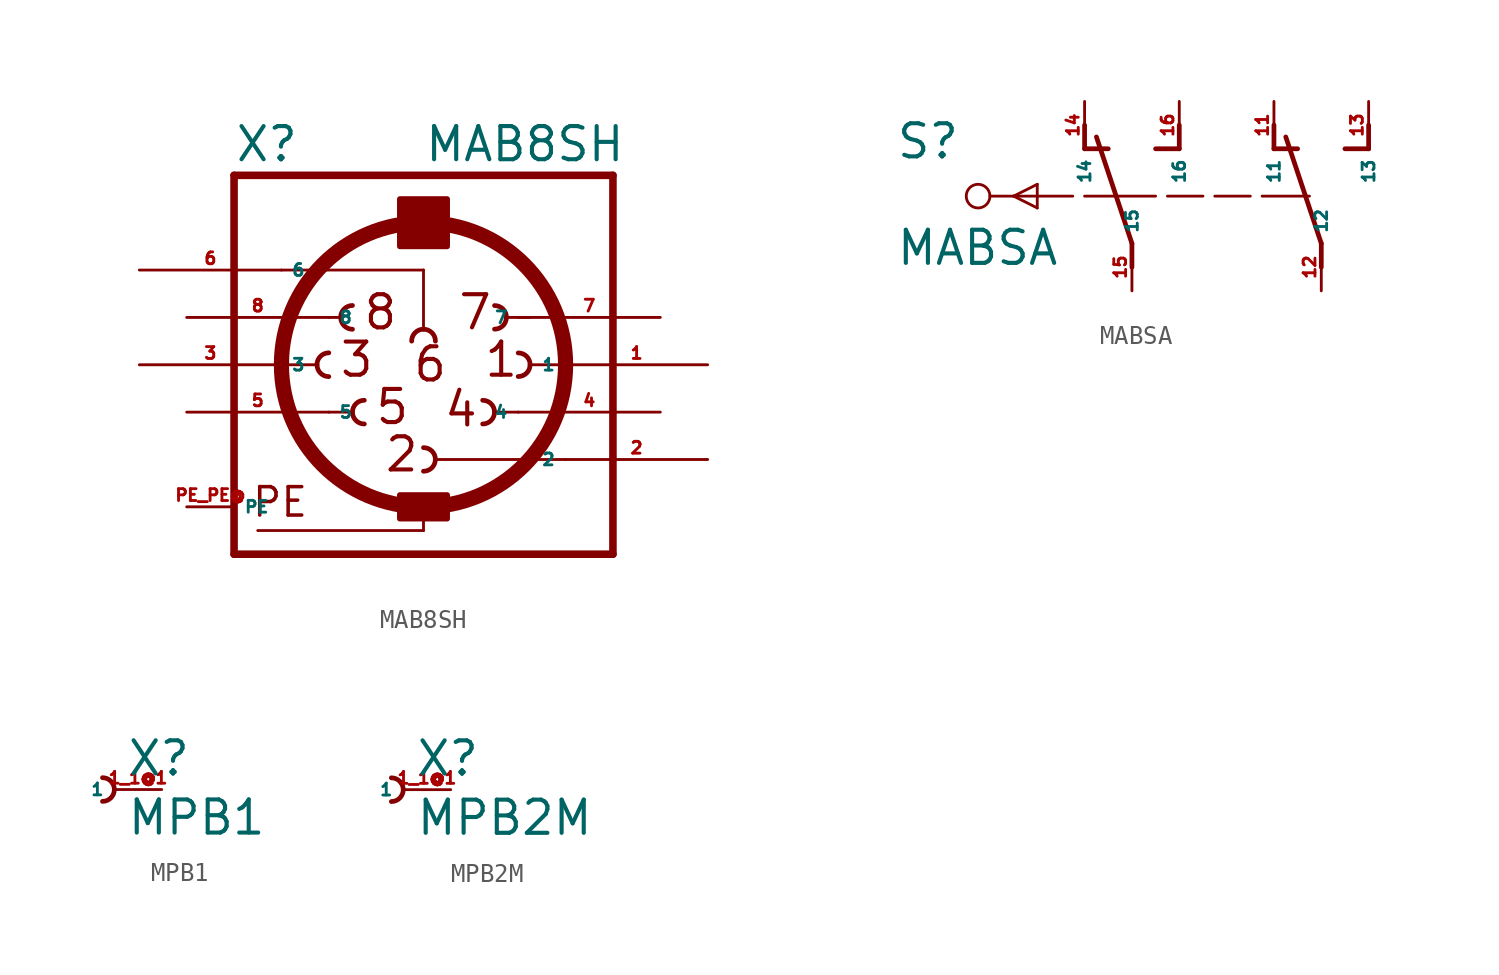
<source format=kicad_sym>
(kicad_symbol_lib
  (version 20220914)
  (generator Eagle2Kicad)
  (symbol "MAB8SH"
    (property "Reference" "X"
      (at -10.16 10.795 0)
      (effects (font (size 1.778 1.778) (thickness 0.22)) (justify left bottom)))
    (property "Value" "MAB8SH"
      (at 0 10.795 0)
      (effects (font (size 1.778 1.778) (thickness 0.22)) (justify left bottom)))
    (arc
      (start -3.81 -2.54)
      (mid -3.624 -2.989)
      (end -3.175 -3.175)
      (stroke (width 0.254) (type default))
      (fill (type none)))
    (arc
      (start -3.175 -1.905)
      (mid -3.624 -2.091)
      (end -3.81 -2.54)
      (stroke (width 0.254) (type default))
      (fill (type none)))
    (arc
      (start 5.715 0)
      (mid 5.529 0.449)
      (end 5.08 0.635)
      (stroke (width 0.254) (type default))
      (fill (type none)))
    (arc
      (start 5.08 -0.635)
      (mid 5.529 -0.449)
      (end 5.715 0)
      (stroke (width 0.254) (type default))
      (fill (type none)))
    (arc
      (start -5.715 0)
      (mid -5.529 -0.449)
      (end -5.08 -0.635)
      (stroke (width 0.254) (type default))
      (fill (type none)))
    (arc
      (start -5.08 0.635)
      (mid -5.529 0.449)
      (end -5.715 0)
      (stroke (width 0.254) (type default))
      (fill (type none)))
    (arc
      (start 0.635 -5.08)
      (mid 0.449 -4.631)
      (end 0 -4.445)
      (stroke (width 0.254) (type default))
      (fill (type none)))
    (arc
      (start 0 -5.715)
      (mid 0.449 -5.529)
      (end 0.635 -5.08)
      (stroke (width 0.254) (type default))
      (fill (type none)))
    (arc
      (start 3.81 -2.54)
      (mid 3.624 -2.091)
      (end 3.175 -1.905)
      (stroke (width 0.254) (type default))
      (fill (type none)))
    (arc
      (start 3.175 -3.175)
      (mid 3.624 -2.989)
      (end 3.81 -2.54)
      (stroke (width 0.254) (type default))
      (fill (type none)))
    (polyline
      (pts (xy -1.27 6.35) (xy 1.27 6.35))
      (stroke (width 0.152) (type default))
      (fill (type none)))
    (polyline
      (pts (xy -10.16 -10.16) (xy 10.16 -10.16))
      (stroke (width 0.406) (type default))
      (fill (type none)))
    (polyline
      (pts (xy 10.16 10.16) (xy 10.16 -10.16))
      (stroke (width 0.406) (type default))
      (fill (type none)))
    (polyline
      (pts (xy 10.16 10.16) (xy -10.16 10.16))
      (stroke (width 0.406) (type default))
      (fill (type none)))
    (polyline
      (pts (xy -10.16 -10.16) (xy -10.16 10.16))
      (stroke (width 0.406) (type default))
      (fill (type none)))
    (polyline
      (pts (xy -7.62 0) (xy -5.715 0))
      (stroke (width 0.152) (type default))
      (fill (type none)))
    (polyline
      (pts (xy -5.08 -2.54) (xy -3.81 -2.54))
      (stroke (width 0.152) (type default))
      (fill (type none)))
    (polyline
      (pts (xy 3.81 -2.54) (xy 5.08 -2.54))
      (stroke (width 0.152) (type default))
      (fill (type none)))
    (polyline
      (pts (xy 5.715 0) (xy 7.62 0))
      (stroke (width 0.152) (type default))
      (fill (type none)))
    (polyline
      (pts (xy -1.27 6.35) (xy -1.27 8.89))
      (stroke (width 0.152) (type default))
      (fill (type none)))
    (polyline
      (pts (xy -1.27 8.89) (xy 1.27 8.89))
      (stroke (width 0.152) (type default))
      (fill (type none)))
    (polyline
      (pts (xy 1.27 8.89) (xy 1.27 6.35))
      (stroke (width 0.152) (type default))
      (fill (type none)))
    (polyline
      (pts (xy 0.635 -5.08) (xy 7.62 -5.08))
      (stroke (width 0.152) (type default))
      (fill (type none)))
    (arc
      (start 4.445 2.54)
      (mid 4.259 2.989)
      (end 3.81 3.175)
      (stroke (width 0.254) (type default))
      (fill (type none)))
    (arc
      (start 3.81 1.905)
      (mid 4.259 2.091)
      (end 4.445 2.54)
      (stroke (width 0.254) (type default))
      (fill (type none)))
    (arc
      (start -4.445 2.54)
      (mid -4.259 2.091)
      (end -3.81 1.905)
      (stroke (width 0.254) (type default))
      (fill (type none)))
    (arc
      (start -3.81 3.175)
      (mid -4.259 2.989)
      (end -4.445 2.54)
      (stroke (width 0.254) (type default))
      (fill (type none)))
    (arc
      (start 0 1.905)
      (mid -0.449 1.719)
      (end -0.635 1.27)
      (stroke (width 0.254) (type default))
      (fill (type none)))
    (arc
      (start 0.635 1.27)
      (mid 0.449 1.719)
      (end 0 1.905)
      (stroke (width 0.254) (type default))
      (fill (type none)))
    (polyline
      (pts (xy 0 1.905) (xy 0 5.08))
      (stroke (width 0.152) (type default))
      (fill (type none)))
    (polyline
      (pts (xy 0 5.08) (xy -7.62 5.08))
      (stroke (width 0.152) (type default))
      (fill (type none)))
    (polyline
      (pts (xy -5.08 2.54) (xy -4.445 2.54))
      (stroke (width 0.152) (type default))
      (fill (type none)))
    (polyline
      (pts (xy 4.445 2.54) (xy 5.715 2.54))
      (stroke (width 0.152) (type default))
      (fill (type none)))
    (polyline
      (pts (xy 0 -8.89) (xy 0 -7.62))
      (stroke (width 0.152) (type default))
      (fill (type none)))
    (polyline
      (pts (xy 0 -8.89) (xy -8.89 -8.89))
      (stroke (width 0.152) (type default))
      (fill (type none)))
    (text "1"
      (at 3.175 -0.762 0)
      (effects (font (size 1.778 1.778) (thickness 0.22)) (justify left bottom)))
    (text "2"
      (at -2.159 -5.842 0)
      (effects (font (size 1.778 1.778) (thickness 0.22)) (justify left bottom)))
    (text "3"
      (at -4.572 -0.762 0)
      (effects (font (size 1.778 1.778) (thickness 0.22)) (justify left bottom)))
    (text "4"
      (at 1.016 -3.429 0)
      (effects (font (size 1.778 1.778) (thickness 0.22)) (justify left bottom)))
    (text "5"
      (at -2.667 -3.302 0)
      (effects (font (size 1.778 1.778) (thickness 0.22)) (justify left bottom)))
    (text "6"
      (at -0.635 -1.016 0)
      (effects (font (size 1.778 1.778) (thickness 0.22)) (justify left bottom)))
    (text "7"
      (at 1.778 1.778 0)
      (effects (font (size 1.778 1.778) (thickness 0.22)) (justify left bottom)))
    (text "8"
      (at -3.302 1.778 0)
      (effects (font (size 1.778 1.778) (thickness 0.22)) (justify left bottom)))
    (text "PE"
      (at -9.271 -8.255 0)
      (effects (font (size 1.524 1.524) (thickness 0.19)) (justify left bottom)))
    (circle
      (center 0 0)
      (radius 7.62)
      (stroke (width 0.813) (type default))
      (fill (type none)))
    (rectangle
      (start -1.27 6.35)
      (end 1.27 8.89)
      (stroke (width 0.3) (type default))
      (fill (type outline)))
    (rectangle
      (start -1.27 -8.255)
      (end 1.27 -6.985)
      (stroke (width 0.3) (type default))
      (fill (type outline)))
    (pin passive line
      (at 15.24 0 180)
      (length 7.62)
      (name "1" (effects (font (size 0.635 0.635) (thickness 0.08)) (justify left bottom)))
      (number "1" (effects (font (size 0.635 0.635) (thickness 0.08)) (justify left bottom))))
    (pin passive line
      (at 15.24 -5.08 180)
      (length 7.62)
      (name "2" (effects (font (size 0.635 0.635) (thickness 0.08)) (justify left bottom)))
      (number "2" (effects (font (size 0.635 0.635) (thickness 0.08)) (justify left bottom))))
    (pin passive line
      (at -15.24 0 0)
      (length 7.62)
      (name "3" (effects (font (size 0.635 0.635) (thickness 0.08)) (justify left bottom)))
      (number "3" (effects (font (size 0.635 0.635) (thickness 0.08)) (justify left bottom))))
    (pin passive line
      (at 12.7 -2.54 180)
      (length 7.62)
      (name "4" (effects (font (size 0.635 0.635) (thickness 0.08)) (justify left bottom)))
      (number "4" (effects (font (size 0.635 0.635) (thickness 0.08)) (justify left bottom))))
    (pin passive line
      (at -12.7 -2.54 0)
      (length 7.62)
      (name "5" (effects (font (size 0.635 0.635) (thickness 0.08)) (justify left bottom)))
      (number "5" (effects (font (size 0.635 0.635) (thickness 0.08)) (justify left bottom))))
    (pin passive line
      (at 12.7 2.54 180)
      (length 7.62)
      (name "7" (effects (font (size 0.635 0.635) (thickness 0.08)) (justify left bottom)))
      (number "7" (effects (font (size 0.635 0.635) (thickness 0.08)) (justify left bottom))))
    (pin passive line
      (at -12.7 2.54 0)
      (length 7.62)
      (name "8" (effects (font (size 0.635 0.635) (thickness 0.08)) (justify left bottom)))
      (number "8" (effects (font (size 0.635 0.635) (thickness 0.08)) (justify left bottom))))
    (pin passive line
      (at -15.24 5.08 0)
      (length 7.62)
      (name "6" (effects (font (size 0.635 0.635) (thickness 0.08)) (justify left bottom)))
      (number "6" (effects (font (size 0.635 0.635) (thickness 0.08)) (justify left bottom))))
    (pin unspecified line
      (at -12.7 -7.62 0)
      (length 2.54)
      (name "PE" (effects (font (size 0.635 0.635) (thickness 0.08)) (justify left bottom)))
      (number "PE PE@" (effects (font (size 0.635 0.635) (thickness 0.08)) (justify left bottom)))))
  (symbol "MABSA"
    (property "Reference" "S"
      (at -17.78 1.905 0)
      (effects (font (size 1.778 1.778) (thickness 0.22)) (justify left bottom)))
    (property "Value" "MABSA"
      (at -17.78 -3.81 0)
      (effects (font (size 1.778 1.778) (thickness 0.22)) (justify left bottom)))
    (polyline
      (pts (xy -5.08 -3.81) (xy -5.08 -2.54))
      (stroke (width 0.254) (type default))
      (fill (type none)))
    (polyline
      (pts (xy -5.08 -2.54) (xy -6.985 3.175))
      (stroke (width 0.254) (type default))
      (fill (type none)))
    (polyline
      (pts (xy -3.81 2.54) (xy -2.54 2.54))
      (stroke (width 0.254) (type default))
      (fill (type none)))
    (polyline
      (pts (xy -2.54 2.54) (xy -2.54 3.81))
      (stroke (width 0.254) (type default))
      (fill (type none)))
    (polyline
      (pts (xy -7.62 2.54) (xy -6.35 2.54))
      (stroke (width 0.254) (type default))
      (fill (type none)))
    (polyline
      (pts (xy -7.62 2.54) (xy -7.62 3.81))
      (stroke (width 0.254) (type default))
      (fill (type none)))
    (polyline
      (pts (xy 5.08 -3.81) (xy 5.08 -2.54))
      (stroke (width 0.254) (type default))
      (fill (type none)))
    (polyline
      (pts (xy 5.08 -2.54) (xy 3.175 3.175))
      (stroke (width 0.254) (type default))
      (fill (type none)))
    (polyline
      (pts (xy 6.35 2.54) (xy 7.62 2.54))
      (stroke (width 0.254) (type default))
      (fill (type none)))
    (polyline
      (pts (xy 7.62 2.54) (xy 7.62 3.81))
      (stroke (width 0.254) (type default))
      (fill (type none)))
    (polyline
      (pts (xy 2.54 2.54) (xy 3.81 2.54))
      (stroke (width 0.254) (type default))
      (fill (type none)))
    (polyline
      (pts (xy 2.54 2.54) (xy 2.54 3.81))
      (stroke (width 0.254) (type default))
      (fill (type none)))
    (polyline
      (pts (xy -3.175 0) (xy -1.27 0))
      (stroke (width 0.152) (type default))
      (fill (type none)))
    (polyline
      (pts (xy -0.635 0) (xy 1.27 0))
      (stroke (width 0.152) (type default))
      (fill (type none)))
    (polyline
      (pts (xy 1.905 0) (xy 4.445 0))
      (stroke (width 0.152) (type default))
      (fill (type none)))
    (polyline
      (pts (xy -7.62 0) (xy -3.81 0))
      (stroke (width 0.152) (type default))
      (fill (type none)))
    (polyline
      (pts (xy -10.16 0) (xy -8.255 0))
      (stroke (width 0.152) (type default))
      (fill (type none)))
    (polyline
      (pts (xy -12.7 0) (xy -11.43 0))
      (stroke (width 0.152) (type default))
      (fill (type none)))
    (polyline
      (pts (xy -11.43 0) (xy -10.16 0.635))
      (stroke (width 0.152) (type default))
      (fill (type none)))
    (polyline
      (pts (xy -10.16 0.635) (xy -10.16 0))
      (stroke (width 0.152) (type default))
      (fill (type none)))
    (polyline
      (pts (xy -10.16 -0.635) (xy -11.43 0))
      (stroke (width 0.152) (type default))
      (fill (type none)))
    (polyline
      (pts (xy -11.43 0) (xy -10.16 0))
      (stroke (width 0.152) (type default))
      (fill (type none)))
    (polyline
      (pts (xy -10.16 0) (xy -10.16 -0.635))
      (stroke (width 0.152) (type default))
      (fill (type none)))
    (circle
      (center -13.335 0)
      (radius 0.635)
      (stroke (width 0.152) (type default))
      (fill (type none)))
    (pin passive line
      (at -5.08 -5.08 90)
      (length 2.54)
      (name "15" (effects (font (size 0.635 0.635) (thickness 0.08)) (justify left bottom)))
      (number "15" (effects (font (size 0.635 0.635) (thickness 0.08)) (justify left bottom))))
    (pin passive line
      (at -2.54 5.08 270)
      (length 2.54)
      (name "16" (effects (font (size 0.635 0.635) (thickness 0.08)) (justify left bottom)))
      (number "16" (effects (font (size 0.635 0.635) (thickness 0.08)) (justify left bottom))))
    (pin passive line
      (at -7.62 5.08 270)
      (length 2.54)
      (name "14" (effects (font (size 0.635 0.635) (thickness 0.08)) (justify left bottom)))
      (number "14" (effects (font (size 0.635 0.635) (thickness 0.08)) (justify left bottom))))
    (pin passive line
      (at 5.08 -5.08 90)
      (length 2.54)
      (name "12" (effects (font (size 0.635 0.635) (thickness 0.08)) (justify left bottom)))
      (number "12" (effects (font (size 0.635 0.635) (thickness 0.08)) (justify left bottom))))
    (pin passive line
      (at 7.62 5.08 270)
      (length 2.54)
      (name "13" (effects (font (size 0.635 0.635) (thickness 0.08)) (justify left bottom)))
      (number "13" (effects (font (size 0.635 0.635) (thickness 0.08)) (justify left bottom))))
    (pin passive line
      (at 2.54 5.08 270)
      (length 2.54)
      (name "11" (effects (font (size 0.635 0.635) (thickness 0.08)) (justify left bottom)))
      (number "11" (effects (font (size 0.635 0.635) (thickness 0.08)) (justify left bottom)))))
  (symbol "MPB1"
    (property "Reference" "X"
      (at 0.635 0.635 0)
      (effects (font (size 1.778 1.778) (thickness 0.22)) (justify left bottom)))
    (property "Value" "MPB1"
      (at 0.635 -2.54 0)
      (effects (font (size 1.778 1.778) (thickness 0.22)) (justify left bottom)))
    (arc
      (start -0.635 -0.635)
      (mid 0.000 0.000)
      (end -0.635 0.635)
      (stroke (width 0.254) (type default))
      (fill (type none)))
    (pin passive line
      (at 2.54 0 180)
      (length 2.54)
      (name "1" (effects (font (size 0.635 0.635) (thickness 0.08)) (justify left bottom)))
      (number "1 1@1" (effects (font (size 0.635 0.635) (thickness 0.08)) (justify left bottom)))))
  (symbol "MPB2M"
    (property "Reference" "X"
      (at 0.635 0.635 0)
      (effects (font (size 1.778 1.778) (thickness 0.22)) (justify left bottom)))
    (property "Value" "MPB2M"
      (at 0.635 -2.54 0)
      (effects (font (size 1.778 1.778) (thickness 0.22)) (justify left bottom)))
    (arc
      (start -0.635 -0.635)
      (mid 0.000 0.000)
      (end -0.635 0.635)
      (stroke (width 0.254) (type default))
      (fill (type none)))
    (pin passive line
      (at 2.54 0 180)
      (length 2.54)
      (name "1" (effects (font (size 0.635 0.635) (thickness 0.08)) (justify left bottom)))
      (number "1 1@1" (effects (font (size 0.635 0.635) (thickness 0.08)) (justify left bottom))))))
</source>
